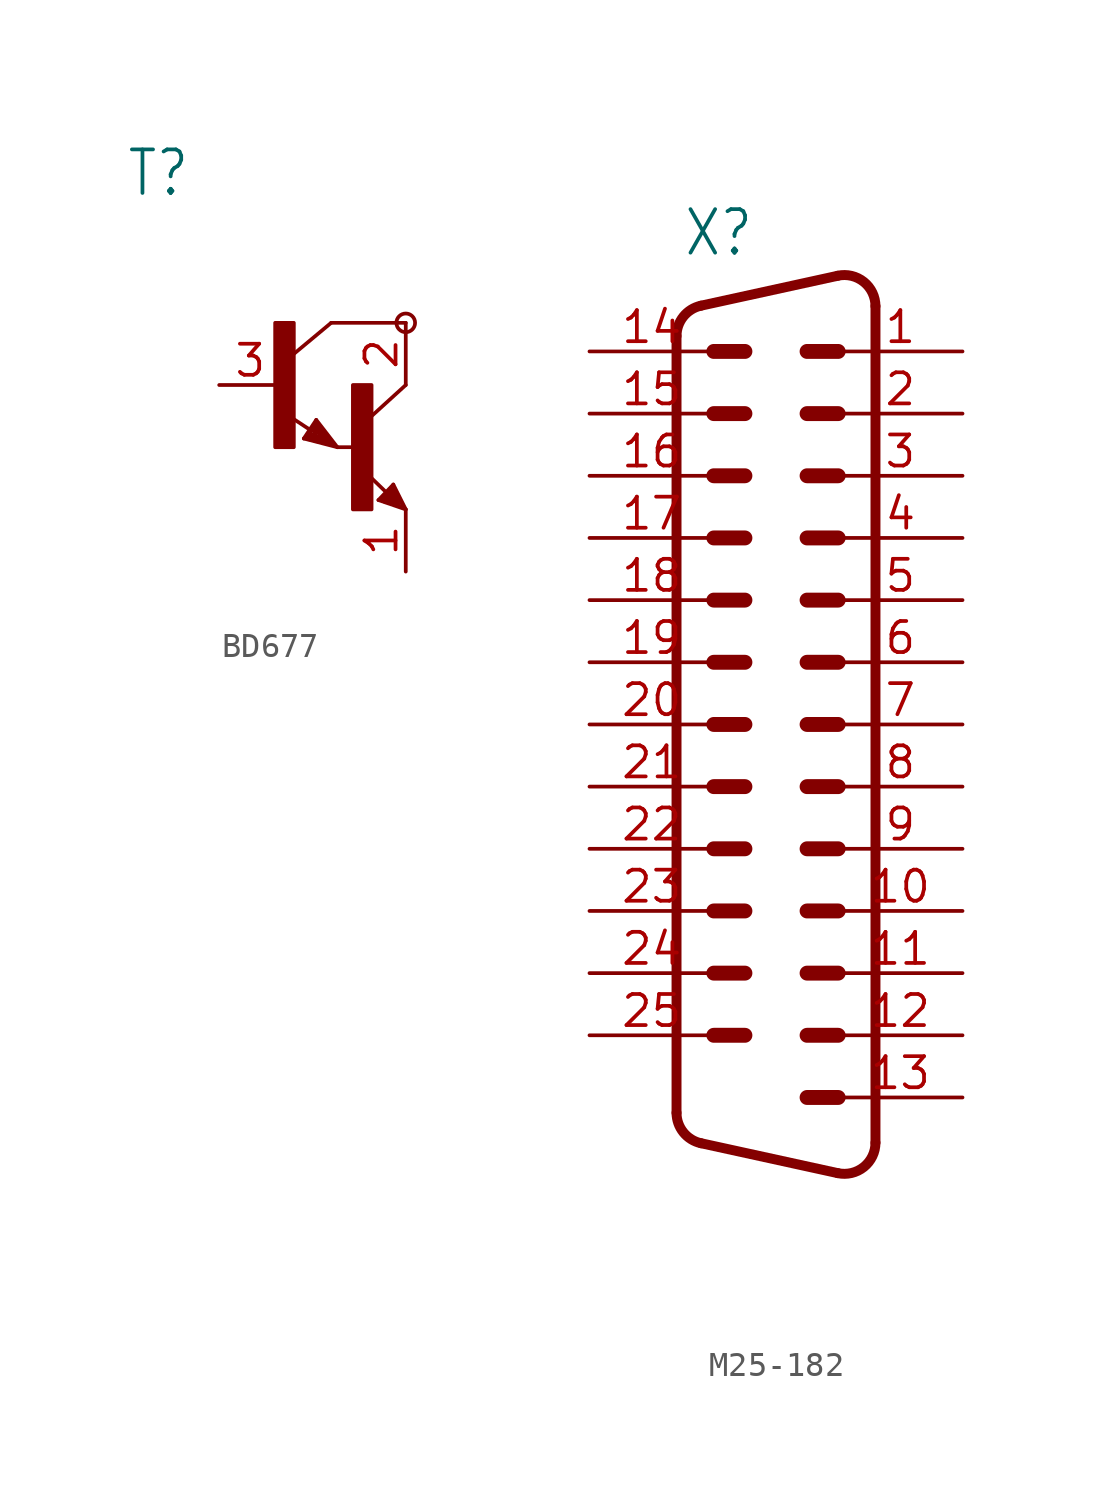
<source format=kicad_sym>
(kicad_symbol_lib
  (version 20220914)
  (generator kicad_symbol_editor)
  (symbol "BD677"
    (property "Reference" "T"
      (at -6.35 7.62 0)
      (effects (font (size 1.778 1.511)) (justify left bottom)))
    (property "Value" ""
      (at -4.064 5.08 0)
      (effects (font (size 1.778 1.511)) (justify left bottom)))
    (property "ki_locked" ""
      (at 0 0 0)
      (effects (font (size 1.27 1.27))))
    (symbol "BD677_1_0"
      (rectangle (start -0.254 -2.54) (end 0.508 2.54) (stroke (width 0) (type default)) (fill (type outline)))
      (polyline (pts (xy 0.916 -2.186) (xy 1.424 -1.424)) (stroke (width 0.152) (type solid)) (fill (type none)))
      (polyline (pts (xy 1.016 -2.159) (xy 2.032 -2.413)) (stroke (width 0.127) (type solid)) (fill (type none)))
      (polyline (pts (xy 1.143 -2.032) (xy 1.905 -2.286)) (stroke (width 0.254) (type solid)) (fill (type none)))
      (polyline (pts (xy 1.186 -1.84) (xy 0.208 -1.197)) (stroke (width 0.152) (type solid)) (fill (type none)))
      (polyline (pts (xy 1.397 -1.778) (xy 1.397 -1.905)) (stroke (width 0.254) (type solid)) (fill (type none)))
      (polyline (pts (xy 1.397 -1.651) (xy 1.143 -2.032)) (stroke (width 0.127) (type solid)) (fill (type none)))
      (polyline (pts (xy 1.397 -1.524) (xy 1.016 -2.159)) (stroke (width 0.127) (type solid)) (fill (type none)))
      (polyline (pts (xy 1.424 -1.424) (xy 2.286 -2.54)) (stroke (width 0.152) (type solid)) (fill (type none)))
      (polyline (pts (xy 1.905 -2.286) (xy 1.397 -1.778)) (stroke (width 0.254) (type solid)) (fill (type none)))
      (polyline (pts (xy 2.032 -2.413) (xy 1.397 -1.651)) (stroke (width 0.127) (type solid)) (fill (type none)))
      (polyline (pts (xy 2.032 2.54) (xy 0.508 1.27)) (stroke (width 0.152) (type solid)) (fill (type none)))
      (polyline (pts (xy 2.159 -2.413) (xy 1.397 -1.524)) (stroke (width 0.127) (type solid)) (fill (type none)))
      (polyline (pts (xy 2.286 -2.54) (xy 0.916 -2.186)) (stroke (width 0.152) (type solid)) (fill (type none)))
      (polyline (pts (xy 2.921 -2.54) (xy 2.286 -2.54)) (stroke (width 0.152) (type solid)) (fill (type none)))
      (polyline (pts (xy 3.964 -4.699) (xy 4.572 -4.064)) (stroke (width 0.152) (type solid)) (fill (type none)))
      (polyline (pts (xy 4.064 -4.699) (xy 4.826 -4.953)) (stroke (width 0.127) (type solid)) (fill (type none)))
      (polyline (pts (xy 4.191 -4.699) (xy 4.699 -4.826)) (stroke (width 0.254) (type solid)) (fill (type none)))
      (polyline (pts (xy 4.28 -4.38) (xy 3.483 -3.61)) (stroke (width 0.152) (type solid)) (fill (type none)))
      (polyline (pts (xy 4.572 -4.572) (xy 4.445 -4.572)) (stroke (width 0.254) (type solid)) (fill (type none)))
      (polyline (pts (xy 4.572 -4.318) (xy 4.191 -4.699)) (stroke (width 0.254) (type solid)) (fill (type none)))
      (polyline (pts (xy 4.572 -4.191) (xy 4.064 -4.699)) (stroke (width 0.127) (type solid)) (fill (type none)))
      (polyline (pts (xy 4.572 -4.064) (xy 5.08 -5.08)) (stroke (width 0.152) (type solid)) (fill (type none)))
      (polyline (pts (xy 4.699 -4.826) (xy 4.572 -4.572)) (stroke (width 0.254) (type solid)) (fill (type none)))
      (polyline (pts (xy 4.826 -4.953) (xy 4.572 -4.318)) (stroke (width 0.127) (type solid)) (fill (type none)))
      (polyline (pts (xy 4.953 -4.953) (xy 4.572 -4.191)) (stroke (width 0.127) (type solid)) (fill (type none)))
      (polyline (pts (xy 5.08 -5.08) (xy 3.964 -4.699)) (stroke (width 0.152) (type solid)) (fill (type none)))
      (polyline (pts (xy 5.08 0) (xy 3.683 -1.27)) (stroke (width 0.152) (type solid)) (fill (type none)))
      (polyline (pts (xy 5.08 2.54) (xy 2.032 2.54)) (stroke (width 0.152) (type solid)) (fill (type none)))
      (rectangle (start 2.921 -5.08) (end 3.683 0) (stroke (width 0) (type default)) (fill (type outline)))
      (circle (center 5.08 2.54) (radius 0.381) (stroke (width 0) (type solid)) (fill (type none)))
      (pin passive line (at 5.08 -7.62 90) (length 2.54) (name "E" (effects (font (size 0 0)))) (number "1" (effects (font (size 1.27 1.27)))))
      (pin passive line (at 5.08 2.54 270) (length 2.54) (name "C" (effects (font (size 0 0)))) (number "2" (effects (font (size 1.27 1.27)))))
      (pin passive line (at -2.54 0 0) (length 2.54) (name "B" (effects (font (size 0 0)))) (number "3" (effects (font (size 1.27 1.27)))))))
  (symbol "M25-182"
    (property "Reference" "X"
      (at -3.81 16.51 0)
      (effects (font (size 1.778 1.511)) (justify left bottom)))
    (property "Value" ""
      (at -3.81 -23.495 0)
      (effects (font (size 1.778 1.511)) (justify left bottom)))
    (property "ki_locked" ""
      (at 0 0 0)
      (effects (font (size 1.27 1.27))))
    (symbol "M25-182_1_0"
      (arc (start -4.064 -18.4088) (mid -3.7833 -19.2051) (end -3.0653 -19.6495) (stroke (width 0.4064) (type solid)) (fill (type none)))
      (arc (start -3.0653 14.5695) (mid -3.7833 14.1251) (end -4.064 13.3288) (stroke (width 0.4064) (type solid)) (fill (type none)))
      (polyline (pts (xy -4.064 13.329) (xy -4.064 -18.409)) (stroke (width 0.406) (type solid)) (fill (type none)))
      (polyline (pts (xy -2.54 -15.24) (xy -1.27 -15.24)) (stroke (width 0.61) (type solid)) (fill (type none)))
      (polyline (pts (xy -2.54 -12.7) (xy -1.27 -12.7)) (stroke (width 0.61) (type solid)) (fill (type none)))
      (polyline (pts (xy -2.54 -10.16) (xy -1.27 -10.16)) (stroke (width 0.61) (type solid)) (fill (type none)))
      (polyline (pts (xy -2.54 -7.62) (xy -1.27 -7.62)) (stroke (width 0.61) (type solid)) (fill (type none)))
      (polyline (pts (xy -2.54 -5.08) (xy -1.27 -5.08)) (stroke (width 0.61) (type solid)) (fill (type none)))
      (polyline (pts (xy -2.54 -2.54) (xy -1.27 -2.54)) (stroke (width 0.61) (type solid)) (fill (type none)))
      (polyline (pts (xy -2.54 0) (xy -1.27 0)) (stroke (width 0.61) (type solid)) (fill (type none)))
      (polyline (pts (xy -2.54 2.54) (xy -1.27 2.54)) (stroke (width 0.61) (type solid)) (fill (type none)))
      (polyline (pts (xy -2.54 5.08) (xy -1.27 5.08)) (stroke (width 0.61) (type solid)) (fill (type none)))
      (polyline (pts (xy -2.54 7.62) (xy -1.27 7.62)) (stroke (width 0.61) (type solid)) (fill (type none)))
      (polyline (pts (xy -2.54 10.16) (xy -1.27 10.16)) (stroke (width 0.61) (type solid)) (fill (type none)))
      (polyline (pts (xy -2.54 12.7) (xy -1.27 12.7)) (stroke (width 0.61) (type solid)) (fill (type none)))
      (polyline (pts (xy 1.27 -17.78) (xy 2.54 -17.78)) (stroke (width 0.61) (type solid)) (fill (type none)))
      (polyline (pts (xy 1.27 -15.24) (xy 2.54 -15.24)) (stroke (width 0.61) (type solid)) (fill (type none)))
      (polyline (pts (xy 1.27 -12.7) (xy 2.54 -12.7)) (stroke (width 0.61) (type solid)) (fill (type none)))
      (polyline (pts (xy 1.27 -10.16) (xy 2.54 -10.16)) (stroke (width 0.61) (type solid)) (fill (type none)))
      (polyline (pts (xy 1.27 -7.62) (xy 2.54 -7.62)) (stroke (width 0.61) (type solid)) (fill (type none)))
      (polyline (pts (xy 1.27 -5.08) (xy 2.54 -5.08)) (stroke (width 0.61) (type solid)) (fill (type none)))
      (polyline (pts (xy 1.27 -2.54) (xy 2.54 -2.54)) (stroke (width 0.61) (type solid)) (fill (type none)))
      (polyline (pts (xy 1.27 0) (xy 2.54 0)) (stroke (width 0.61) (type solid)) (fill (type none)))
      (polyline (pts (xy 1.27 2.54) (xy 2.54 2.54)) (stroke (width 0.61) (type solid)) (fill (type none)))
      (polyline (pts (xy 1.27 5.08) (xy 2.54 5.08)) (stroke (width 0.61) (type solid)) (fill (type none)))
      (polyline (pts (xy 1.27 7.62) (xy 2.54 7.62)) (stroke (width 0.61) (type solid)) (fill (type none)))
      (polyline (pts (xy 1.27 10.16) (xy 2.54 10.16)) (stroke (width 0.61) (type solid)) (fill (type none)))
      (polyline (pts (xy 1.27 12.7) (xy 2.54 12.7)) (stroke (width 0.61) (type solid)) (fill (type none)))
      (polyline (pts (xy 2.523 -20.872) (xy -3.065 -19.649)) (stroke (width 0.406) (type solid)) (fill (type none)))
      (polyline (pts (xy 2.523 15.792) (xy -3.065 14.569)) (stroke (width 0.406) (type solid)) (fill (type none)))
      (polyline (pts (xy 4.064 14.551) (xy 4.064 -19.631)) (stroke (width 0.406) (type solid)) (fill (type none)))
      (arc (start 2.5226 -20.8718) (mid 3.5901 -20.6204) (end 4.0637 -19.6312) (stroke (width 0.4064) (type solid)) (fill (type none)))
      (arc (start 4.0639 14.5511) (mid 3.5903 15.5405) (end 2.5226 15.7919) (stroke (width 0.4064) (type solid)) (fill (type none)))
      (pin passive line (at 7.62 12.7 180) (length 5.08) (name "1" (effects (font (size 0 0)))) (number "1" (effects (font (size 1.27 1.27)))))
      (pin passive line (at 7.62 -10.16 180) (length 5.08) (name "10" (effects (font (size 0 0)))) (number "10" (effects (font (size 1.27 1.27)))))
      (pin passive line (at 7.62 -12.7 180) (length 5.08) (name "11" (effects (font (size 0 0)))) (number "11" (effects (font (size 1.27 1.27)))))
      (pin passive line (at 7.62 -15.24 180) (length 5.08) (name "12" (effects (font (size 0 0)))) (number "12" (effects (font (size 1.27 1.27)))))
      (pin passive line (at 7.62 -17.78 180) (length 5.08) (name "13" (effects (font (size 0 0)))) (number "13" (effects (font (size 1.27 1.27)))))
      (pin passive line (at -7.62 12.7 0) (length 5.08) (name "14" (effects (font (size 0 0)))) (number "14" (effects (font (size 1.27 1.27)))))
      (pin passive line (at -7.62 10.16 0) (length 5.08) (name "15" (effects (font (size 0 0)))) (number "15" (effects (font (size 1.27 1.27)))))
      (pin passive line (at -7.62 7.62 0) (length 5.08) (name "16" (effects (font (size 0 0)))) (number "16" (effects (font (size 1.27 1.27)))))
      (pin passive line (at -7.62 5.08 0) (length 5.08) (name "17" (effects (font (size 0 0)))) (number "17" (effects (font (size 1.27 1.27)))))
      (pin passive line (at -7.62 2.54 0) (length 5.08) (name "18" (effects (font (size 0 0)))) (number "18" (effects (font (size 1.27 1.27)))))
      (pin passive line (at -7.62 0 0) (length 5.08) (name "19" (effects (font (size 0 0)))) (number "19" (effects (font (size 1.27 1.27)))))
      (pin passive line (at 7.62 10.16 180) (length 5.08) (name "2" (effects (font (size 0 0)))) (number "2" (effects (font (size 1.27 1.27)))))
      (pin passive line (at -7.62 -2.54 0) (length 5.08) (name "20" (effects (font (size 0 0)))) (number "20" (effects (font (size 1.27 1.27)))))
      (pin passive line (at -7.62 -5.08 0) (length 5.08) (name "21" (effects (font (size 0 0)))) (number "21" (effects (font (size 1.27 1.27)))))
      (pin passive line (at -7.62 -7.62 0) (length 5.08) (name "22" (effects (font (size 0 0)))) (number "22" (effects (font (size 1.27 1.27)))))
      (pin passive line (at -7.62 -10.16 0) (length 5.08) (name "23" (effects (font (size 0 0)))) (number "23" (effects (font (size 1.27 1.27)))))
      (pin passive line (at -7.62 -12.7 0) (length 5.08) (name "24" (effects (font (size 0 0)))) (number "24" (effects (font (size 1.27 1.27)))))
      (pin passive line (at -7.62 -15.24 0) (length 5.08) (name "25" (effects (font (size 0 0)))) (number "25" (effects (font (size 1.27 1.27)))))
      (pin passive line (at 7.62 7.62 180) (length 5.08) (name "3" (effects (font (size 0 0)))) (number "3" (effects (font (size 1.27 1.27)))))
      (pin passive line (at 7.62 5.08 180) (length 5.08) (name "4" (effects (font (size 0 0)))) (number "4" (effects (font (size 1.27 1.27)))))
      (pin passive line (at 7.62 2.54 180) (length 5.08) (name "5" (effects (font (size 0 0)))) (number "5" (effects (font (size 1.27 1.27)))))
      (pin passive line (at 7.62 0 180) (length 5.08) (name "6" (effects (font (size 0 0)))) (number "6" (effects (font (size 1.27 1.27)))))
      (pin passive line (at 7.62 -2.54 180) (length 5.08) (name "7" (effects (font (size 0 0)))) (number "7" (effects (font (size 1.27 1.27)))))
      (pin passive line (at 7.62 -5.08 180) (length 5.08) (name "8" (effects (font (size 0 0)))) (number "8" (effects (font (size 1.27 1.27)))))
      (pin passive line (at 7.62 -7.62 180) (length 5.08) (name "9" (effects (font (size 0 0)))) (number "9" (effects (font (size 1.27 1.27))))))))
</source>
